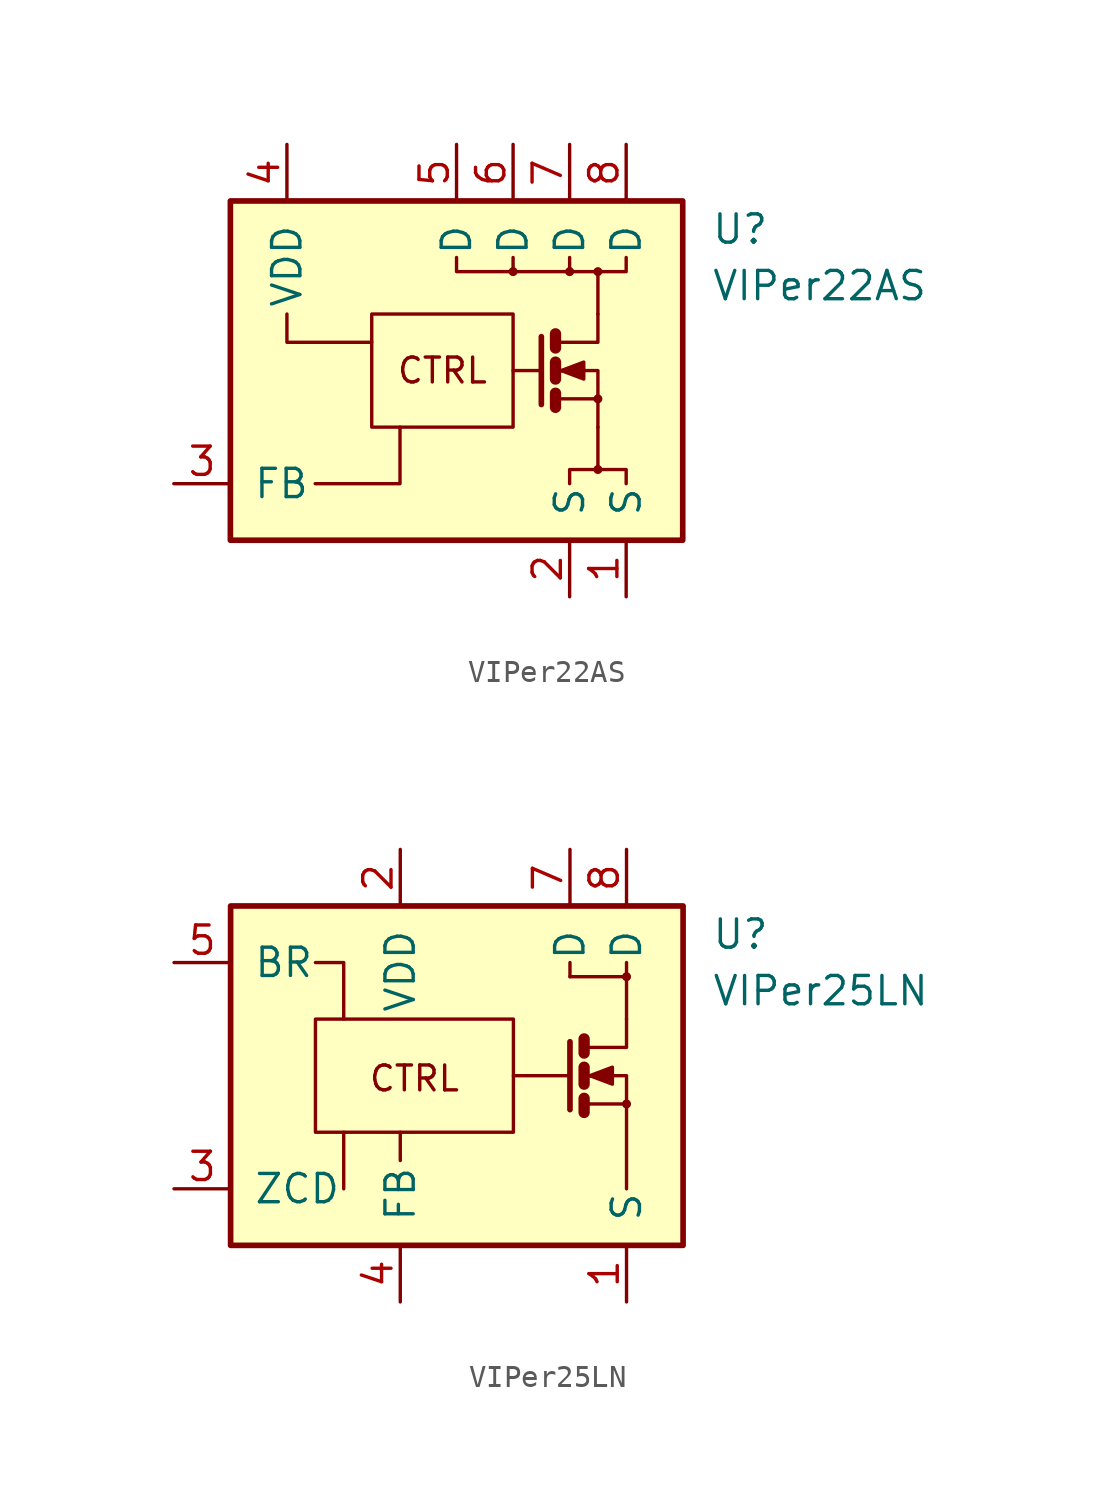
<source format=kicad_sym>
(kicad_symbol_lib
  (version 20241209)
  (generator "kicad_symbol_editor")
  (generator_version "9.0")
  (symbol "VIPer22AS"
    (pin_names
      (offset 1.016))
    (property "Reference" "U"
      (at 11.43 6.35 0)
      (effects (font (size 1.27 1.27)) (justify left)))
    (property "Value" "VIPer22AS"
      (at 11.43 3.81 0)
      (effects (font (size 1.27 1.27)) (justify left)))
    (symbol "VIPer22AS_0_0"
      (rectangle (start -10.16 7.62) (end 10.16 -7.62) (stroke (width 0.254) (type default)) (fill (type background)))
      (polyline (pts (xy 0 5.08) (xy 0 4.445) (xy 7.62 4.445) (xy 7.62 5.08)) (stroke (width 0) (type default)) (fill (type none)))
      (polyline (pts (xy 2.54 5.08) (xy 2.54 4.445)) (stroke (width 0) (type default)) (fill (type none)))
      (circle (center 2.54 4.445) (radius 0.127) (stroke (width 0) (type default)) (fill (type none)))
      (polyline (pts (xy 5.08 5.08) (xy 5.08 4.445)) (stroke (width 0) (type default)) (fill (type none)))
      (circle (center 5.08 4.445) (radius 0.127) (stroke (width 0) (type default)) (fill (type none)))
      (polyline (pts (xy 5.08 -5.08) (xy 5.08 -4.445) (xy 7.62 -4.445) (xy 7.62 -5.08)) (stroke (width 0) (type default)) (fill (type none)))
      (circle (center 6.35 4.445) (radius 0.127) (stroke (width 0) (type default)) (fill (type none)))
      (polyline (pts (xy 6.35 2.54) (xy 6.35 4.445)) (stroke (width 0) (type default)) (fill (type none)))
      (circle (center 6.35 -1.27) (radius 0.127) (stroke (width 0) (type default)) (fill (type none)))
      (polyline (pts (xy 6.35 -2.54) (xy 6.35 -4.445)) (stroke (width 0) (type default)) (fill (type none)))
      (circle (center 6.35 -4.445) (radius 0.127) (stroke (width 0) (type default)) (fill (type none)))
      (text "CTRL" (at -0.635 0 0) (effects (font (size 1.118 1.118)))))
    (symbol "VIPer22AS_0_1"
      (polyline (pts (xy -7.62 2.54) (xy -7.62 1.27) (xy -3.81 1.27)) (stroke (width 0) (type default)) (fill (type none)))
      (polyline (pts (xy -6.35 -5.08) (xy -2.54 -5.08) (xy -2.54 -2.54)) (stroke (width 0) (type default)) (fill (type none)))
      (rectangle (start -3.81 2.54) (end 2.54 -2.54) (stroke (width 0) (type default)) (fill (type none)))
      (polyline (pts (xy 3.81 1.524) (xy 3.81 -1.524) (xy 3.81 -1.524)) (stroke (width 0.254) (type default)) (fill (type none)))
      (polyline (pts (xy 3.81 0) (xy 2.54 0)) (stroke (width 0) (type default)) (fill (type none)))
      (polyline (pts (xy 4.445 1.651) (xy 4.445 1.016)) (stroke (width 0.508) (type default)) (fill (type none)))
      (polyline (pts (xy 4.445 0.381) (xy 4.445 -0.381)) (stroke (width 0.508) (type default)) (fill (type none)))
      (polyline (pts (xy 4.445 -1.016) (xy 4.445 -1.651)) (stroke (width 0.508) (type default)) (fill (type none)))
      (polyline (pts (xy 4.572 1.27) (xy 6.35 1.27) (xy 6.35 2.54) (xy 6.35 2.54)) (stroke (width 0) (type default)) (fill (type none)))
      (polyline (pts (xy 4.572 0) (xy 5.08 0) (xy 6.35 0) (xy 6.35 -1.27) (xy 6.35 -1.27)) (stroke (width 0) (type default)) (fill (type none)))
      (polyline (pts (xy 4.572 -1.27) (xy 6.35 -1.27) (xy 6.35 -2.54) (xy 6.35 -2.54)) (stroke (width 0) (type default)) (fill (type none)))
      (polyline (pts (xy 4.699 0) (xy 5.715 0.381) (xy 5.715 -0.381) (xy 4.699 0) (xy 4.826 0) (xy 4.826 0)) (stroke (width 0) (type default)) (fill (type outline))))
    (symbol "VIPer22AS_1_1"
      (pin input line (at -12.7 -5.08 0) (length 2.54) (name "FB" (effects (font (size 1.27 1.27)))) (number "3" (effects (font (size 1.27 1.27)))))
      (pin power_in line (at -7.62 10.16 270) (length 2.54) (name "VDD" (effects (font (size 1.27 1.27)))) (number "4" (effects (font (size 1.27 1.27)))))
      (pin passive line (at 0 10.16 270) (length 2.54) (name "D" (effects (font (size 1.27 1.27)))) (number "5" (effects (font (size 1.27 1.27)))))
      (pin passive line (at 2.54 10.16 270) (length 2.54) (name "D" (effects (font (size 1.27 1.27)))) (number "6" (effects (font (size 1.27 1.27)))))
      (pin passive line (at 5.08 10.16 270) (length 2.54) (name "D" (effects (font (size 1.27 1.27)))) (number "7" (effects (font (size 1.27 1.27)))))
      (pin passive line (at 5.08 -10.16 90) (length 2.54) (name "S" (effects (font (size 1.27 1.27)))) (number "2" (effects (font (size 1.27 1.27)))))
      (pin passive line (at 7.62 10.16 270) (length 2.54) (name "D" (effects (font (size 1.27 1.27)))) (number "8" (effects (font (size 1.27 1.27)))))
      (pin passive line (at 7.62 -10.16 90) (length 2.54) (name "S" (effects (font (size 1.27 1.27)))) (number "1" (effects (font (size 1.27 1.27)))))))
  (symbol "VIPer25LN"
    (pin_names
      (offset 1.016))
    (property "Reference" "U"
      (at 11.43 6.35 0)
      (effects (font (size 1.27 1.27)) (justify left)))
    (property "Value" "VIPer25LN"
      (at 11.43 3.81 0)
      (effects (font (size 1.27 1.27)) (justify left)))
    (symbol "VIPer25LN_0_0"
      (rectangle (start -10.16 7.62) (end 10.16 -7.62) (stroke (width 0.254) (type default)) (fill (type background)))
      (polyline (pts (xy -6.35 5.08) (xy -5.08 5.08) (xy -5.08 2.54)) (stroke (width 0) (type default)) (fill (type none)))
      (polyline (pts (xy -5.08 -2.54) (xy -5.08 -5.08)) (stroke (width 0) (type default)) (fill (type none)))
      (polyline (pts (xy 5.08 5.08) (xy 5.08 4.445)) (stroke (width 0) (type default)) (fill (type none)))
      (circle (center 7.62 4.445) (radius 0.127) (stroke (width 0) (type default)) (fill (type none)))
      (polyline (pts (xy 7.62 2.54) (xy 7.62 4.445)) (stroke (width 0) (type default)) (fill (type none)))
      (circle (center 7.62 -1.27) (radius 0.127) (stroke (width 0) (type default)) (fill (type none)))
      (text "CTRL" (at -1.905 -0.127 0) (effects (font (size 1.118 1.118)))))
    (symbol "VIPer25LN_0_1"
      (rectangle (start -6.35 -2.54) (end 2.54 2.54) (stroke (width 0) (type default)) (fill (type none)))
      (polyline (pts (xy -2.54 -3.81) (xy -2.54 -2.54)) (stroke (width 0) (type default)) (fill (type none)))
      (polyline (pts (xy 5.08 4.445) (xy 7.62 4.445) (xy 7.62 5.08)) (stroke (width 0) (type default)) (fill (type none)))
      (polyline (pts (xy 5.08 1.524) (xy 5.08 -1.524) (xy 5.08 -1.524)) (stroke (width 0.254) (type default)) (fill (type none)))
      (polyline (pts (xy 5.08 0) (xy 2.54 0)) (stroke (width 0) (type default)) (fill (type none)))
      (polyline (pts (xy 5.715 1.651) (xy 5.715 1.016)) (stroke (width 0.508) (type default)) (fill (type none)))
      (polyline (pts (xy 5.715 0.381) (xy 5.715 -0.381)) (stroke (width 0.508) (type default)) (fill (type none)))
      (polyline (pts (xy 5.715 -1.016) (xy 5.715 -1.651)) (stroke (width 0.508) (type default)) (fill (type none)))
      (polyline (pts (xy 5.715 -1.27) (xy 7.62 -1.27)) (stroke (width 0) (type default)) (fill (type none)))
      (polyline (pts (xy 5.842 1.27) (xy 7.62 1.27) (xy 7.62 2.54) (xy 7.62 2.54)) (stroke (width 0) (type default)) (fill (type none)))
      (polyline (pts (xy 5.842 0) (xy 6.35 0) (xy 7.62 0) (xy 7.62 -1.27) (xy 7.62 -1.27)) (stroke (width 0) (type default)) (fill (type none)))
      (polyline (pts (xy 5.969 0) (xy 6.985 0.381) (xy 6.985 -0.381) (xy 5.969 0) (xy 6.096 0) (xy 6.096 0)) (stroke (width 0) (type default)) (fill (type outline)))
      (polyline (pts (xy 7.62 -1.27) (xy 7.62 -5.08) (xy 7.62 -3.048)) (stroke (width 0) (type default)) (fill (type none))))
    (symbol "VIPer25LN_1_1"
      (pin input line (at -12.7 5.08 0) (length 2.54) (name "BR" (effects (font (size 1.27 1.27)))) (number "5" (effects (font (size 1.27 1.27)))))
      (pin input line (at -12.7 -5.08 0) (length 2.54) (name "ZCD" (effects (font (size 1.27 1.27)))) (number "3" (effects (font (size 1.27 1.27)))))
      (pin power_in line (at -2.54 10.16 270) (length 2.54) (name "VDD" (effects (font (size 1.27 1.27)))) (number "2" (effects (font (size 1.27 1.27)))))
      (pin input line (at -2.54 -10.16 90) (length 2.54) (name "FB" (effects (font (size 1.27 1.27)))) (number "4" (effects (font (size 1.27 1.27)))))
      (pin passive line (at 5.08 10.16 270) (length 2.54) (name "D" (effects (font (size 1.27 1.27)))) (number "7" (effects (font (size 1.27 1.27)))))
      (pin passive line (at 7.62 10.16 270) (length 2.54) (name "D" (effects (font (size 1.27 1.27)))) (number "8" (effects (font (size 1.27 1.27)))))
      (pin passive line (at 7.62 -10.16 90) (length 2.54) (name "S" (effects (font (size 1.27 1.27)))) (number "1" (effects (font (size 1.27 1.27))))))))
</source>
